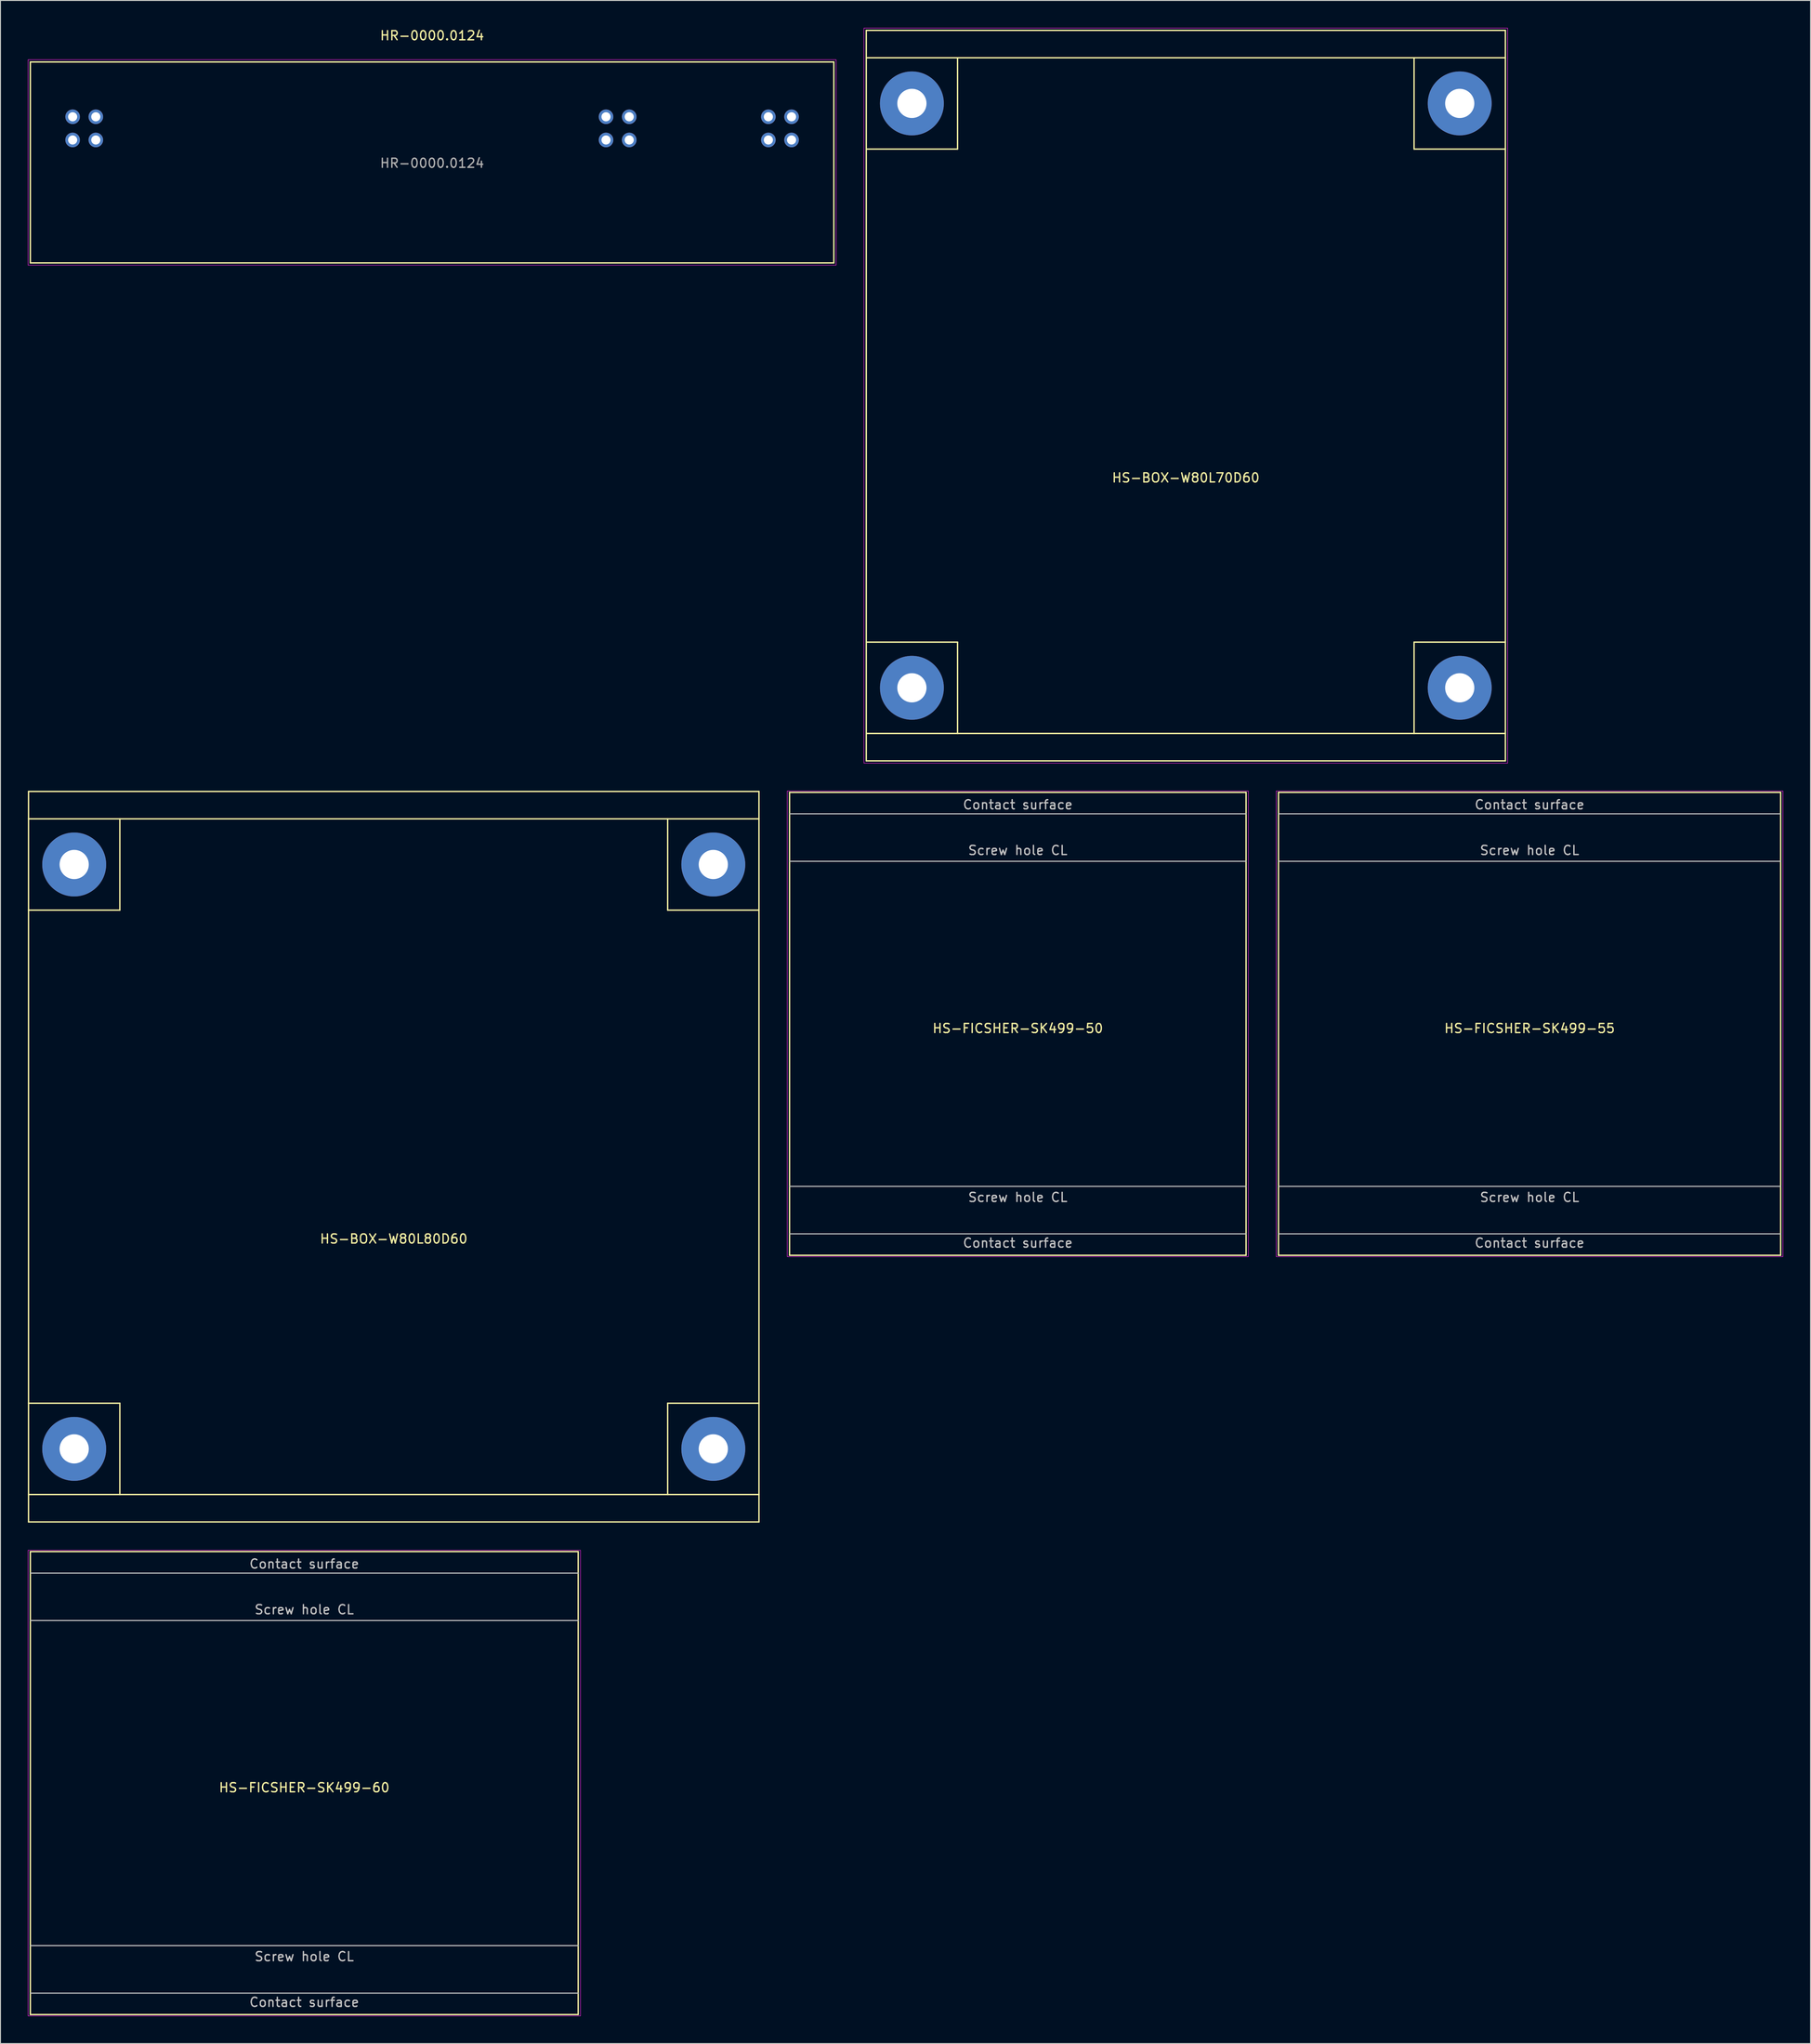
<source format=kicad_pcb>
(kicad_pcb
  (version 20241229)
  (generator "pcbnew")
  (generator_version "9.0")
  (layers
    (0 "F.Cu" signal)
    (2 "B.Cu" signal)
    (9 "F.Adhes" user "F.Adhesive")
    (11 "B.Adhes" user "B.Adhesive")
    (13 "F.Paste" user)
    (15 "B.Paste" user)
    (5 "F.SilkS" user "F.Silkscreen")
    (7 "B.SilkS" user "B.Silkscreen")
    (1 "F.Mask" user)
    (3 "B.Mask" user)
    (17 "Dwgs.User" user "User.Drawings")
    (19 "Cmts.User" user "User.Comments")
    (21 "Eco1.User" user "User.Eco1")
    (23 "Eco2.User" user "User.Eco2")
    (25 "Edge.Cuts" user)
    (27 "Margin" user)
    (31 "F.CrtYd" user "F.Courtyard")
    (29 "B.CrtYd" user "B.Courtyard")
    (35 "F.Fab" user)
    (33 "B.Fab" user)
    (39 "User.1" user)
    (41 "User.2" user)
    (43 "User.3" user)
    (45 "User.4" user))
  (footprint "HS-BOX-W80L80D60"
    (layer "F.Cu")
    (at 40.075 123.625)
    (property "Reference" "HS-BOX-W80L80D60" (at 0 9 0) (layer "F.SilkS") (effects (font (size 1 1) (thickness 0.15))))
    (attr through_hole)
    (fp_line (start -40 -40) (end 40 -40) (stroke (width 0.15) (type solid)) (layer "F.SilkS"))
    (fp_line (start -40 -37) (end 40 -37) (stroke (width 0.15) (type solid)) (layer "F.SilkS"))
    (fp_line (start -40 -27) (end -30 -27) (stroke (width 0.15) (type solid)) (layer "F.SilkS"))
    (fp_line (start -40 27) (end -30 27) (stroke (width 0.15) (type solid)) (layer "F.SilkS"))
    (fp_line (start -40 37) (end 40 37) (stroke (width 0.15) (type solid)) (layer "F.SilkS"))
    (fp_line (start -40 40) (end -40 -40) (stroke (width 0.15) (type solid)) (layer "F.SilkS"))
    (fp_line (start -40 40) (end 40 40) (stroke (width 0.15) (type solid)) (layer "F.SilkS"))
    (fp_line (start -30 -27) (end -30 -37) (stroke (width 0.15) (type solid)) (layer "F.SilkS"))
    (fp_line (start -30 27) (end -30 37) (stroke (width 0.15) (type solid)) (layer "F.SilkS"))
    (fp_line (start 30 -37) (end 30 -27) (stroke (width 0.15) (type solid)) (layer "F.SilkS"))
    (fp_line (start 30 -27) (end 40 -27) (stroke (width 0.15) (type solid)) (layer "F.SilkS"))
    (fp_line (start 30 27) (end 30 37) (stroke (width 0.15) (type solid)) (layer "F.SilkS"))
    (fp_line (start 40 -40) (end 40 40) (stroke (width 0.15) (type solid)) (layer "F.SilkS"))
    (fp_line (start 40 27) (end 30 27) (stroke (width 0.15) (type solid)) (layer "F.SilkS"))
    (pad "1" thru_hole circle (at -35 -32) (size 7 7) (drill 3.2) (layers "*.Cu" "*.Mask"))
    (pad "2" thru_hole circle (at 35 -32) (size 7 7) (drill 3.2) (layers "*.Cu" "*.Mask"))
    (pad "3" thru_hole circle (at 35 32) (size 7 7) (drill 3.2) (layers "*.Cu" "*.Mask"))
    (pad "4" thru_hole circle (at -35 32) (size 7 7) (drill 3.2) (layers "*.Cu" "*.Mask")))
  (footprint "HS-BOX-W80L70D60"
    (layer "F.Cu")
    (at 126.825 40.275)
    (property "Reference" "HS-BOX-W80L70D60" (at 0 9 0) (layer "F.SilkS") (effects (font (size 1 1) (thickness 0.15))))
    (attr through_hole)
    (fp_line (start -35 -40) (end 35 -40) (stroke (width 0.15) (type solid)) (layer "F.SilkS"))
    (fp_line (start -35 -37) (end 35 -37) (stroke (width 0.15) (type solid)) (layer "F.SilkS"))
    (fp_line (start -35 -27) (end -25 -27) (stroke (width 0.15) (type solid)) (layer "F.SilkS"))
    (fp_line (start -35 27) (end -25 27) (stroke (width 0.15) (type solid)) (layer "F.SilkS"))
    (fp_line (start -35 37) (end 35 37) (stroke (width 0.15) (type solid)) (layer "F.SilkS"))
    (fp_line (start -35 40) (end -35 -40) (stroke (width 0.15) (type solid)) (layer "F.SilkS"))
    (fp_line (start -25 -27) (end -25 -37) (stroke (width 0.15) (type solid)) (layer "F.SilkS"))
    (fp_line (start -25 27) (end -25 37) (stroke (width 0.15) (type solid)) (layer "F.SilkS"))
    (fp_line (start 25 -37) (end 25 -27) (stroke (width 0.15) (type solid)) (layer "F.SilkS"))
    (fp_line (start 25 -27) (end 35 -27) (stroke (width 0.15) (type solid)) (layer "F.SilkS"))
    (fp_line (start 25 27) (end 25 37) (stroke (width 0.15) (type solid)) (layer "F.SilkS"))
    (fp_line (start 35 -40) (end 35 40) (stroke (width 0.15) (type solid)) (layer "F.SilkS"))
    (fp_line (start 35 27) (end 25 27) (stroke (width 0.15) (type solid)) (layer "F.SilkS"))
    (fp_line (start 35 40) (end -35 40) (stroke (width 0.15) (type solid)) (layer "F.SilkS"))
    (fp_rect (start -35.25 -40.25) (end 35.25 40.25) (stroke (width 0.05) (type default)) (fill no) (layer "F.CrtYd"))
    (pad "1" thru_hole circle (at -30 -32) (size 7 7) (drill 3.2) (layers "*.Cu" "*.Mask"))
    (pad "2" thru_hole circle (at 30 -32) (size 7 7) (drill 3.2) (layers "*.Cu" "*.Mask"))
    (pad "3" thru_hole circle (at 30 32) (size 7 7) (drill 3.2) (layers "*.Cu" "*.Mask"))
    (pad "4" thru_hole circle (at -30 32) (size 7 7) (drill 3.2) (layers "*.Cu" "*.Mask")))
  (footprint "HS-FICSHER-SK499-50"
    (layer "F.Cu")
    (at 108.425 109.075)
    (property "Reference" "HS-FICSHER-SK499-50" (at 0 0.5 0) (layer "F.SilkS") (effects (font (size 1 1) (thickness 0.15))))
    (attr through_hole)
    (fp_line (start -25 -25.35) (end 25 -25.35) (stroke (width 0.15) (type solid)) (layer "F.SilkS"))
    (fp_line (start -25 25.35) (end -25 -25.35) (stroke (width 0.15) (type solid)) (layer "F.SilkS"))
    (fp_line (start 25 -25.35) (end 25 25.35) (stroke (width 0.15) (type solid)) (layer "F.SilkS"))
    (fp_line (start 25 25.35) (end -25 25.35) (stroke (width 0.15) (type solid)) (layer "F.SilkS"))
    (fp_line (start -25 -23) (end 25 -23) (stroke (width 0.12) (type solid)) (layer "Dwgs.User"))
    (fp_line (start -25 17.8) (end 25 17.8) (stroke (width 0.12) (type solid)) (layer "Dwgs.User"))
    (fp_line (start -25 23) (end 25 23) (stroke (width 0.12) (type solid)) (layer "Dwgs.User"))
    (fp_line (start 25 -17.8) (end -25 -17.8) (stroke (width 0.12) (type solid)) (layer "Dwgs.User"))
    (fp_rect (start -25.25 -25.5) (end 25.25 25.5) (stroke (width 0.05) (type default)) (fill no) (layer "F.CrtYd"))
    (fp_text user "Contact surface" (at 0 -24 0) (layer "Dwgs.User") (effects (font (size 1 1) (thickness 0.15))))
    (fp_text user "Contact surface" (at 0 24 0) (layer "Dwgs.User") (effects (font (size 1 1) (thickness 0.15))))
    (fp_text user "Screw hole CL" (at 0 19 0) (layer "Dwgs.User") (effects (font (size 1 1) (thickness 0.15))))
    (fp_text user "Screw hole CL" (at 0 -19 0) (layer "Dwgs.User") (effects (font (size 1 1) (thickness 0.15)))))
  (footprint "HS-FICSHER-SK499-55"
    (layer "F.Cu")
    (at 164.475 109.075)
    (property "Reference" "HS-FICSHER-SK499-55" (at 0 0.5 0) (layer "F.SilkS") (effects (font (size 1 1) (thickness 0.15))))
    (attr through_hole)
    (fp_line (start -27.5 -25.35) (end 27.5 -25.35) (stroke (width 0.15) (type solid)) (layer "F.SilkS"))
    (fp_line (start -27.5 25.35) (end -27.5 -25.35) (stroke (width 0.15) (type solid)) (layer "F.SilkS"))
    (fp_line (start 27.5 -25.35) (end 27.5 25.35) (stroke (width 0.15) (type solid)) (layer "F.SilkS"))
    (fp_line (start 27.5 25.35) (end -27.5 25.35) (stroke (width 0.15) (type solid)) (layer "F.SilkS"))
    (fp_line (start -27.5 -23) (end 27.5 -23) (stroke (width 0.12) (type solid)) (layer "Dwgs.User"))
    (fp_line (start -27.5 17.8) (end 27.5 17.8) (stroke (width 0.12) (type solid)) (layer "Dwgs.User"))
    (fp_line (start -27.5 23) (end 27.5 23) (stroke (width 0.12) (type solid)) (layer "Dwgs.User"))
    (fp_line (start 27.5 -17.8) (end -27.5 -17.8) (stroke (width 0.12) (type solid)) (layer "Dwgs.User"))
    (fp_rect (start -27.75 -25.5) (end 27.75 25.5) (stroke (width 0.05) (type default)) (fill no) (layer "F.CrtYd"))
    (fp_text user "Screw hole CL" (at 0 -19 0) (layer "Dwgs.User") (effects (font (size 1 1) (thickness 0.15))))
    (fp_text user "Contact surface" (at 0 -24 0) (layer "Dwgs.User") (effects (font (size 1 1) (thickness 0.15))))
    (fp_text user "Contact surface" (at 0 24 0) (layer "Dwgs.User") (effects (font (size 1 1) (thickness 0.15))))
    (fp_text user "Screw hole CL" (at 0 19 0) (layer "Dwgs.User") (effects (font (size 1 1) (thickness 0.15)))))
  (footprint "HS-FICSHER-SK499-60"
    (layer "F.Cu")
    (at 30.275 192.225)
    (property "Reference" "HS-FICSHER-SK499-60" (at 0 0.5 0) (layer "F.SilkS") (effects (font (size 1 1) (thickness 0.15))))
    (attr through_hole)
    (fp_line (start -30 -25.35) (end 30 -25.35) (stroke (width 0.15) (type solid)) (layer "F.SilkS"))
    (fp_line (start -30 25.35) (end -30 -25.35) (stroke (width 0.15) (type solid)) (layer "F.SilkS"))
    (fp_line (start 30 -25.35) (end 30 25.35) (stroke (width 0.15) (type solid)) (layer "F.SilkS"))
    (fp_line (start 30 25.35) (end -30 25.35) (stroke (width 0.15) (type solid)) (layer "F.SilkS"))
    (fp_line (start -30 -23) (end 30 -23) (stroke (width 0.12) (type solid)) (layer "Dwgs.User"))
    (fp_line (start -30 17.8) (end 30 17.8) (stroke (width 0.12) (type solid)) (layer "Dwgs.User"))
    (fp_line (start -30 23) (end 30 23) (stroke (width 0.12) (type solid)) (layer "Dwgs.User"))
    (fp_line (start 30 -17.8) (end -30 -17.8) (stroke (width 0.12) (type solid)) (layer "Dwgs.User"))
    (fp_rect (start -30.25 -25.5) (end 30.25 25.5) (stroke (width 0.05) (type default)) (fill no) (layer "F.CrtYd"))
    (fp_text user "Contact surface" (at 0 24 0) (layer "Dwgs.User") (effects (font (size 1 1) (thickness 0.15))))
    (fp_text user "Screw hole CL" (at 0 19 0) (layer "Dwgs.User") (effects (font (size 1 1) (thickness 0.15))))
    (fp_text user "Screw hole CL" (at 0 -19 0) (layer "Dwgs.User") (effects (font (size 1 1) (thickness 0.15))))
    (fp_text user "Contact surface" (at 0 -24 0) (layer "Dwgs.User") (effects (font (size 1 1) (thickness 0.15)))))
  (footprint "HR-0000.0124"
    (layer "F.Cu")
    (at 44.275 9.738)
    (property "Reference" "HR-0000.0124" (at 0 -8.89 0) (unlocked yes) (layer "F.SilkS") (effects (font (size 1 1) (thickness 0.15))))
    (attr through_hole)
    (fp_line (start -44 -6) (end -44 16) (stroke (width 0.15) (type default)) (layer "F.SilkS"))
    (fp_line (start -44 -6) (end 44 -6) (stroke (width 0.15) (type default)) (layer "F.SilkS"))
    (fp_line (start -44 16) (end 44 16) (stroke (width 0.15) (type default)) (layer "F.SilkS"))
    (fp_line (start 44 16) (end 44 -6) (stroke (width 0.15) (type default)) (layer "F.SilkS"))
    (fp_rect (start -44.25 -6.25) (end 44.25 16.25) (stroke (width 0.05) (type default)) (fill no) (layer "F.CrtYd"))
    (fp_text user "${REFERENCE}" (at 0 5.08 0) (unlocked yes) (layer "F.Fab") (effects (font (size 1 1) (thickness 0.15))))
    (pad "1" thru_hole circle (at -39.37 0) (size 1.6 1.6) (drill 1) (layers "*.Cu" "*.Mask"))
    (pad "1" thru_hole circle (at -39.37 2.54) (size 1.6 1.6) (drill 1) (layers "*.Cu" "*.Mask"))
    (pad "2" thru_hole circle (at -36.83 0) (size 1.6 1.6) (drill 1) (layers "*.Cu" "*.Mask"))
    (pad "2" thru_hole circle (at -36.83 2.54) (size 1.6 1.6) (drill 1) (layers "*.Cu" "*.Mask"))
    (pad "3" thru_hole circle (at 19.05 0) (size 1.6 1.6) (drill 1) (layers "*.Cu" "*.Mask"))
    (pad "3" thru_hole circle (at 21.59 0) (size 1.6 1.6) (drill 1) (layers "*.Cu" "*.Mask"))
    (pad "3" thru_hole circle (at 36.83 0) (size 1.6 1.6) (drill 1) (layers "*.Cu" "*.Mask"))
    (pad "3" thru_hole circle (at 39.37 0) (size 1.6 1.6) (drill 1) (layers "*.Cu" "*.Mask"))
    (pad "4" thru_hole circle (at 19.05 2.54) (size 1.6 1.6) (drill 1) (layers "*.Cu" "*.Mask"))
    (pad "4" thru_hole circle (at 21.59 2.54) (size 1.6 1.6) (drill 1) (layers "*.Cu" "*.Mask"))
    (pad "7" thru_hole circle (at 36.83 2.54) (size 1.6 1.6) (drill 1) (layers "*.Cu" "*.Mask"))
    (pad "8" thru_hole circle (at 39.37 2.54) (size 1.6 1.6) (drill 1) (layers "*.Cu" "*.Mask")))
  (gr_rect
    (start -3 -3)
    (end 195.25 220.75)
    (stroke (width 0.1) (type default))
    (fill no)
    (layer "Edge.Cuts")))
</source>
